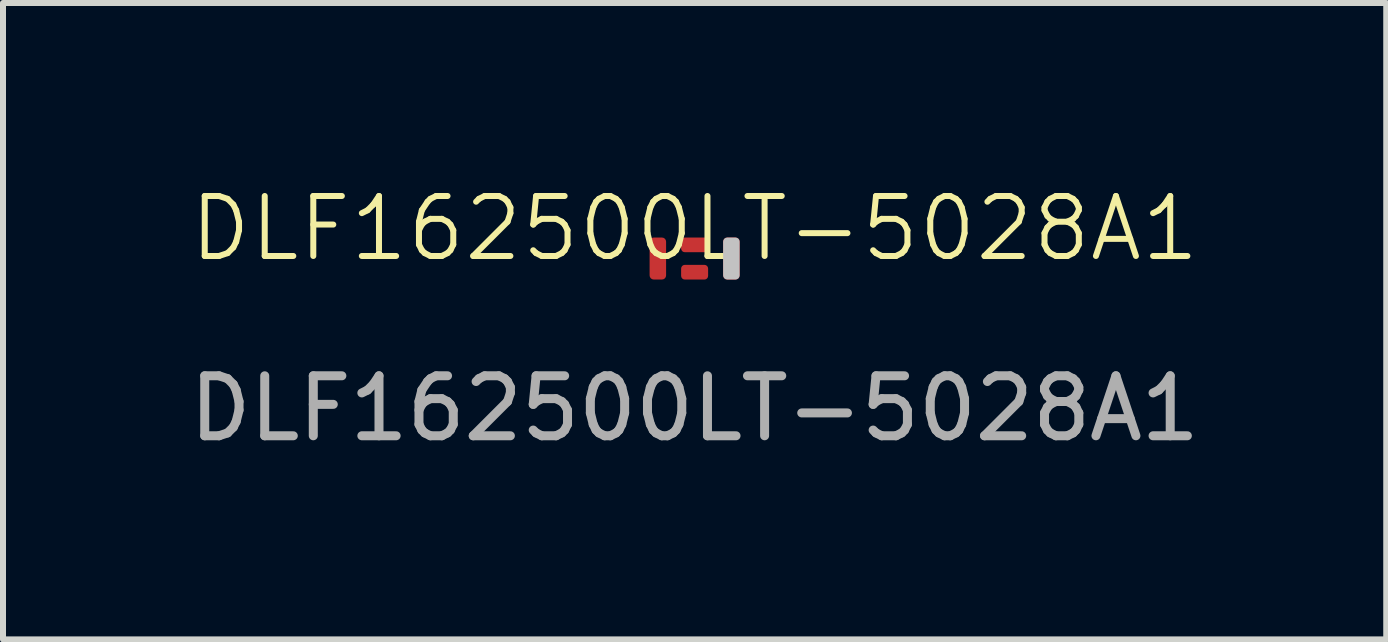
<source format=kicad_pcb>
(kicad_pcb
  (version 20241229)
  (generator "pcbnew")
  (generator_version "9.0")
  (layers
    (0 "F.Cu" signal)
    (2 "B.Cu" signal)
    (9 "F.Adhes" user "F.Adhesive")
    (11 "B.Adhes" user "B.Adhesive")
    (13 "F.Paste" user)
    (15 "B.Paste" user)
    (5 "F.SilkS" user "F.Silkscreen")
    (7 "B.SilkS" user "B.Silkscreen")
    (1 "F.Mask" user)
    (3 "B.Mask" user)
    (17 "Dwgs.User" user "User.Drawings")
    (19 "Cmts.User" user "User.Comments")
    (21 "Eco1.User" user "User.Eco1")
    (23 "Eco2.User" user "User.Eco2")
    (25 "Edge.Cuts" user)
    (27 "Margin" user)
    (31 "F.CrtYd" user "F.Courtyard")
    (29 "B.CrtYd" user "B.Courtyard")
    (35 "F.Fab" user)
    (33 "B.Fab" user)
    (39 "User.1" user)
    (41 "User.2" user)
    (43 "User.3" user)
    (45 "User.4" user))
  (footprint "DLF162500LT-5028A1"
    (layer "F.Cu")
    (at 8.53 1.26)
    (property "Reference" "DLF162500LT-5028A1" (at 0 -0.5 0) (unlocked yes) (layer "F.SilkS") (effects (font (size 1 1) (thickness 0.1))))
    (attr smd)
    (fp_text user "${REFERENCE}" (at 0 2.5 0) (unlocked yes) (layer "F.Fab") (effects (font (size 1 1) (thickness 0.15))))
    (pad "1" smd roundrect (at -0.613 0) (size 0.275 0.7) (layers "F.Cu" "F.Mask" "F.Paste") (roundrect_rratio 0.25))
    (pad "2" smd roundrect (at 0 0.228 180) (size 0.45 0.245) (layers "F.Cu" "F.Mask" "F.Paste") (roundrect_rratio 0.25))
    (pad "3" smd roundrect (at 0.613 0) (size 0.275 0.7) (layers "F.Cu" "F.Mask" "F.Paste" "Dwgs.User") (roundrect_rratio 0.25))
    (pad "4" smd roundrect (at 0 -0.228 180) (size 0.45 0.245) (layers "F.Cu" "F.Mask" "F.Paste") (roundrect_rratio 0.25)))
  (gr_rect
    (start -3 -3)
    (end 20.06 7.609)
    (stroke (width 0.1) (type default))
    (fill no)
    (layer "Edge.Cuts")))
</source>
